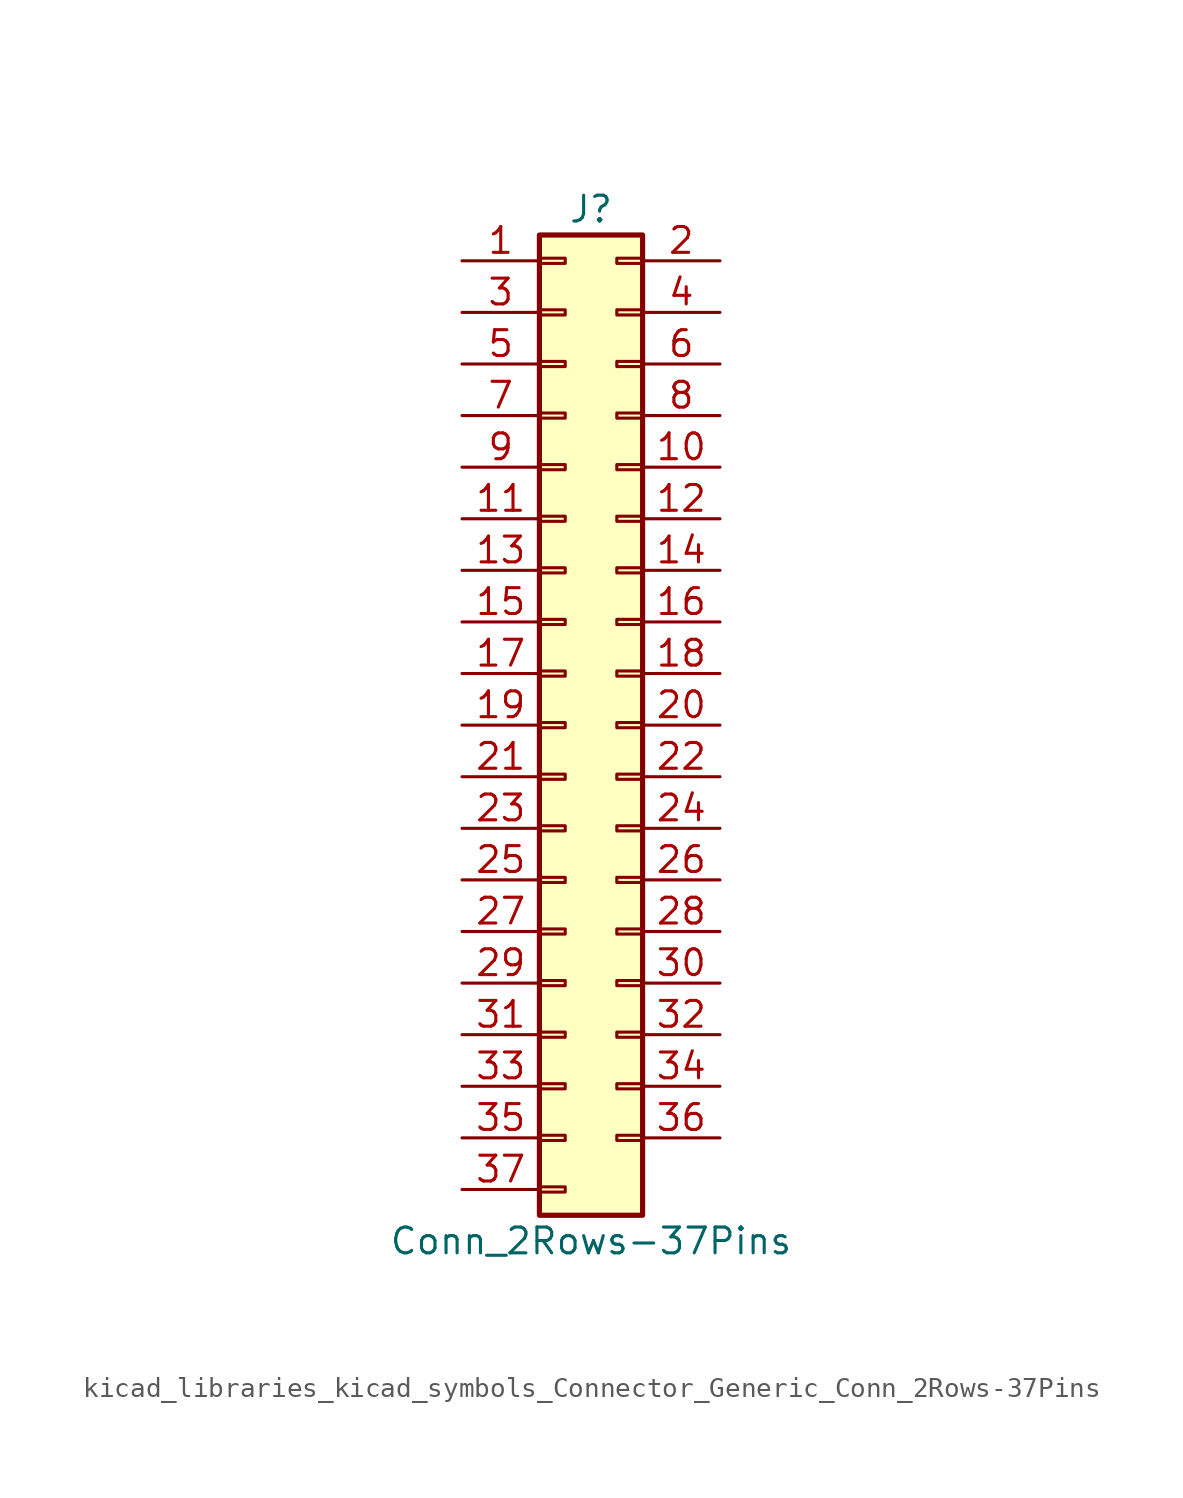
<source format=kicad_sym>
(kicad_symbol_lib
  (version 20220914)
  (generator kicad_symbol_editor)
  (symbol "kicad_libraries_kicad_symbols_Connector_Generic_Conn_2Rows-37Pins"
    (pin_names
      (offset 1.016) hide)
    (property "Reference" "J"
      (at 1.27 25.4 0)
      (effects (font (size 1.27 1.27))))
    (property "Value" "Conn_2Rows-37Pins"
      (at 1.27 -25.4 0)
      (effects (font (size 1.27 1.27))))
    (symbol "kicad_libraries_kicad_symbols_Connector_Generic_Conn_2Rows-37Pins_1_1"
      (rectangle (start -1.27 -22.733) (end 0 -22.987) (stroke (width 0.152) (type default)) (fill (type none)))
      (rectangle (start -1.27 -20.193) (end 0 -20.447) (stroke (width 0.152) (type default)) (fill (type none)))
      (rectangle (start -1.27 -17.653) (end 0 -17.907) (stroke (width 0.152) (type default)) (fill (type none)))
      (rectangle (start -1.27 -15.113) (end 0 -15.367) (stroke (width 0.152) (type default)) (fill (type none)))
      (rectangle (start -1.27 -12.573) (end 0 -12.827) (stroke (width 0.152) (type default)) (fill (type none)))
      (rectangle (start -1.27 -10.033) (end 0 -10.287) (stroke (width 0.152) (type default)) (fill (type none)))
      (rectangle (start -1.27 -7.493) (end 0 -7.747) (stroke (width 0.152) (type default)) (fill (type none)))
      (rectangle (start -1.27 -4.953) (end 0 -5.207) (stroke (width 0.152) (type default)) (fill (type none)))
      (rectangle (start -1.27 -2.413) (end 0 -2.667) (stroke (width 0.152) (type default)) (fill (type none)))
      (rectangle (start -1.27 0.127) (end 0 -0.127) (stroke (width 0.152) (type default)) (fill (type none)))
      (rectangle (start -1.27 2.667) (end 0 2.413) (stroke (width 0.152) (type default)) (fill (type none)))
      (rectangle (start -1.27 5.207) (end 0 4.953) (stroke (width 0.152) (type default)) (fill (type none)))
      (rectangle (start -1.27 7.747) (end 0 7.493) (stroke (width 0.152) (type default)) (fill (type none)))
      (rectangle (start -1.27 10.287) (end 0 10.033) (stroke (width 0.152) (type default)) (fill (type none)))
      (rectangle (start -1.27 12.827) (end 0 12.573) (stroke (width 0.152) (type default)) (fill (type none)))
      (rectangle (start -1.27 15.367) (end 0 15.113) (stroke (width 0.152) (type default)) (fill (type none)))
      (rectangle (start -1.27 17.907) (end 0 17.653) (stroke (width 0.152) (type default)) (fill (type none)))
      (rectangle (start -1.27 20.447) (end 0 20.193) (stroke (width 0.152) (type default)) (fill (type none)))
      (rectangle (start -1.27 22.987) (end 0 22.733) (stroke (width 0.152) (type default)) (fill (type none)))
      (rectangle (start -1.27 24.13) (end 3.81 -24.13) (stroke (width 0.254) (type default)) (fill (type background)))
      (rectangle (start 3.81 -20.193) (end 2.54 -20.447) (stroke (width 0.152) (type default)) (fill (type none)))
      (rectangle (start 3.81 -17.653) (end 2.54 -17.907) (stroke (width 0.152) (type default)) (fill (type none)))
      (rectangle (start 3.81 -15.113) (end 2.54 -15.367) (stroke (width 0.152) (type default)) (fill (type none)))
      (rectangle (start 3.81 -12.573) (end 2.54 -12.827) (stroke (width 0.152) (type default)) (fill (type none)))
      (rectangle (start 3.81 -10.033) (end 2.54 -10.287) (stroke (width 0.152) (type default)) (fill (type none)))
      (rectangle (start 3.81 -7.493) (end 2.54 -7.747) (stroke (width 0.152) (type default)) (fill (type none)))
      (rectangle (start 3.81 -4.953) (end 2.54 -5.207) (stroke (width 0.152) (type default)) (fill (type none)))
      (rectangle (start 3.81 -2.413) (end 2.54 -2.667) (stroke (width 0.152) (type default)) (fill (type none)))
      (rectangle (start 3.81 0.127) (end 2.54 -0.127) (stroke (width 0.152) (type default)) (fill (type none)))
      (rectangle (start 3.81 2.667) (end 2.54 2.413) (stroke (width 0.152) (type default)) (fill (type none)))
      (rectangle (start 3.81 5.207) (end 2.54 4.953) (stroke (width 0.152) (type default)) (fill (type none)))
      (rectangle (start 3.81 7.747) (end 2.54 7.493) (stroke (width 0.152) (type default)) (fill (type none)))
      (rectangle (start 3.81 10.287) (end 2.54 10.033) (stroke (width 0.152) (type default)) (fill (type none)))
      (rectangle (start 3.81 12.827) (end 2.54 12.573) (stroke (width 0.152) (type default)) (fill (type none)))
      (rectangle (start 3.81 15.367) (end 2.54 15.113) (stroke (width 0.152) (type default)) (fill (type none)))
      (rectangle (start 3.81 17.907) (end 2.54 17.653) (stroke (width 0.152) (type default)) (fill (type none)))
      (rectangle (start 3.81 20.447) (end 2.54 20.193) (stroke (width 0.152) (type default)) (fill (type none)))
      (rectangle (start 3.81 22.987) (end 2.54 22.733) (stroke (width 0.152) (type default)) (fill (type none)))
      (pin passive line (at -5.08 22.86 0) (length 3.81) (name "Pin_1" (effects (font (size 1.27 1.27)))) (number "1" (effects (font (size 1.27 1.27)))))
      (pin passive line (at 7.62 12.7 180) (length 3.81) (name "Pin_10" (effects (font (size 1.27 1.27)))) (number "10" (effects (font (size 1.27 1.27)))))
      (pin passive line (at -5.08 10.16 0) (length 3.81) (name "Pin_11" (effects (font (size 1.27 1.27)))) (number "11" (effects (font (size 1.27 1.27)))))
      (pin passive line (at 7.62 10.16 180) (length 3.81) (name "Pin_12" (effects (font (size 1.27 1.27)))) (number "12" (effects (font (size 1.27 1.27)))))
      (pin passive line (at -5.08 7.62 0) (length 3.81) (name "Pin_13" (effects (font (size 1.27 1.27)))) (number "13" (effects (font (size 1.27 1.27)))))
      (pin passive line (at 7.62 7.62 180) (length 3.81) (name "Pin_14" (effects (font (size 1.27 1.27)))) (number "14" (effects (font (size 1.27 1.27)))))
      (pin passive line (at -5.08 5.08 0) (length 3.81) (name "Pin_15" (effects (font (size 1.27 1.27)))) (number "15" (effects (font (size 1.27 1.27)))))
      (pin passive line (at 7.62 5.08 180) (length 3.81) (name "Pin_16" (effects (font (size 1.27 1.27)))) (number "16" (effects (font (size 1.27 1.27)))))
      (pin passive line (at -5.08 2.54 0) (length 3.81) (name "Pin_17" (effects (font (size 1.27 1.27)))) (number "17" (effects (font (size 1.27 1.27)))))
      (pin passive line (at 7.62 2.54 180) (length 3.81) (name "Pin_18" (effects (font (size 1.27 1.27)))) (number "18" (effects (font (size 1.27 1.27)))))
      (pin passive line (at -5.08 0 0) (length 3.81) (name "Pin_19" (effects (font (size 1.27 1.27)))) (number "19" (effects (font (size 1.27 1.27)))))
      (pin passive line (at 7.62 22.86 180) (length 3.81) (name "Pin_2" (effects (font (size 1.27 1.27)))) (number "2" (effects (font (size 1.27 1.27)))))
      (pin passive line (at 7.62 0 180) (length 3.81) (name "Pin_20" (effects (font (size 1.27 1.27)))) (number "20" (effects (font (size 1.27 1.27)))))
      (pin passive line (at -5.08 -2.54 0) (length 3.81) (name "Pin_21" (effects (font (size 1.27 1.27)))) (number "21" (effects (font (size 1.27 1.27)))))
      (pin passive line (at 7.62 -2.54 180) (length 3.81) (name "Pin_22" (effects (font (size 1.27 1.27)))) (number "22" (effects (font (size 1.27 1.27)))))
      (pin passive line (at -5.08 -5.08 0) (length 3.81) (name "Pin_23" (effects (font (size 1.27 1.27)))) (number "23" (effects (font (size 1.27 1.27)))))
      (pin passive line (at 7.62 -5.08 180) (length 3.81) (name "Pin_24" (effects (font (size 1.27 1.27)))) (number "24" (effects (font (size 1.27 1.27)))))
      (pin passive line (at -5.08 -7.62 0) (length 3.81) (name "Pin_25" (effects (font (size 1.27 1.27)))) (number "25" (effects (font (size 1.27 1.27)))))
      (pin passive line (at 7.62 -7.62 180) (length 3.81) (name "Pin_26" (effects (font (size 1.27 1.27)))) (number "26" (effects (font (size 1.27 1.27)))))
      (pin passive line (at -5.08 -10.16 0) (length 3.81) (name "Pin_27" (effects (font (size 1.27 1.27)))) (number "27" (effects (font (size 1.27 1.27)))))
      (pin passive line (at 7.62 -10.16 180) (length 3.81) (name "Pin_28" (effects (font (size 1.27 1.27)))) (number "28" (effects (font (size 1.27 1.27)))))
      (pin passive line (at -5.08 -12.7 0) (length 3.81) (name "Pin_29" (effects (font (size 1.27 1.27)))) (number "29" (effects (font (size 1.27 1.27)))))
      (pin passive line (at -5.08 20.32 0) (length 3.81) (name "Pin_3" (effects (font (size 1.27 1.27)))) (number "3" (effects (font (size 1.27 1.27)))))
      (pin passive line (at 7.62 -12.7 180) (length 3.81) (name "Pin_30" (effects (font (size 1.27 1.27)))) (number "30" (effects (font (size 1.27 1.27)))))
      (pin passive line (at -5.08 -15.24 0) (length 3.81) (name "Pin_31" (effects (font (size 1.27 1.27)))) (number "31" (effects (font (size 1.27 1.27)))))
      (pin passive line (at 7.62 -15.24 180) (length 3.81) (name "Pin_32" (effects (font (size 1.27 1.27)))) (number "32" (effects (font (size 1.27 1.27)))))
      (pin passive line (at -5.08 -17.78 0) (length 3.81) (name "Pin_33" (effects (font (size 1.27 1.27)))) (number "33" (effects (font (size 1.27 1.27)))))
      (pin passive line (at 7.62 -17.78 180) (length 3.81) (name "Pin_34" (effects (font (size 1.27 1.27)))) (number "34" (effects (font (size 1.27 1.27)))))
      (pin passive line (at -5.08 -20.32 0) (length 3.81) (name "Pin_35" (effects (font (size 1.27 1.27)))) (number "35" (effects (font (size 1.27 1.27)))))
      (pin passive line (at 7.62 -20.32 180) (length 3.81) (name "Pin_36" (effects (font (size 1.27 1.27)))) (number "36" (effects (font (size 1.27 1.27)))))
      (pin passive line (at -5.08 -22.86 0) (length 3.81) (name "Pin_37" (effects (font (size 1.27 1.27)))) (number "37" (effects (font (size 1.27 1.27)))))
      (pin passive line (at 7.62 20.32 180) (length 3.81) (name "Pin_4" (effects (font (size 1.27 1.27)))) (number "4" (effects (font (size 1.27 1.27)))))
      (pin passive line (at -5.08 17.78 0) (length 3.81) (name "Pin_5" (effects (font (size 1.27 1.27)))) (number "5" (effects (font (size 1.27 1.27)))))
      (pin passive line (at 7.62 17.78 180) (length 3.81) (name "Pin_6" (effects (font (size 1.27 1.27)))) (number "6" (effects (font (size 1.27 1.27)))))
      (pin passive line (at -5.08 15.24 0) (length 3.81) (name "Pin_7" (effects (font (size 1.27 1.27)))) (number "7" (effects (font (size 1.27 1.27)))))
      (pin passive line (at 7.62 15.24 180) (length 3.81) (name "Pin_8" (effects (font (size 1.27 1.27)))) (number "8" (effects (font (size 1.27 1.27)))))
      (pin passive line (at -5.08 12.7 0) (length 3.81) (name "Pin_9" (effects (font (size 1.27 1.27)))) (number "9" (effects (font (size 1.27 1.27))))))))
</source>
